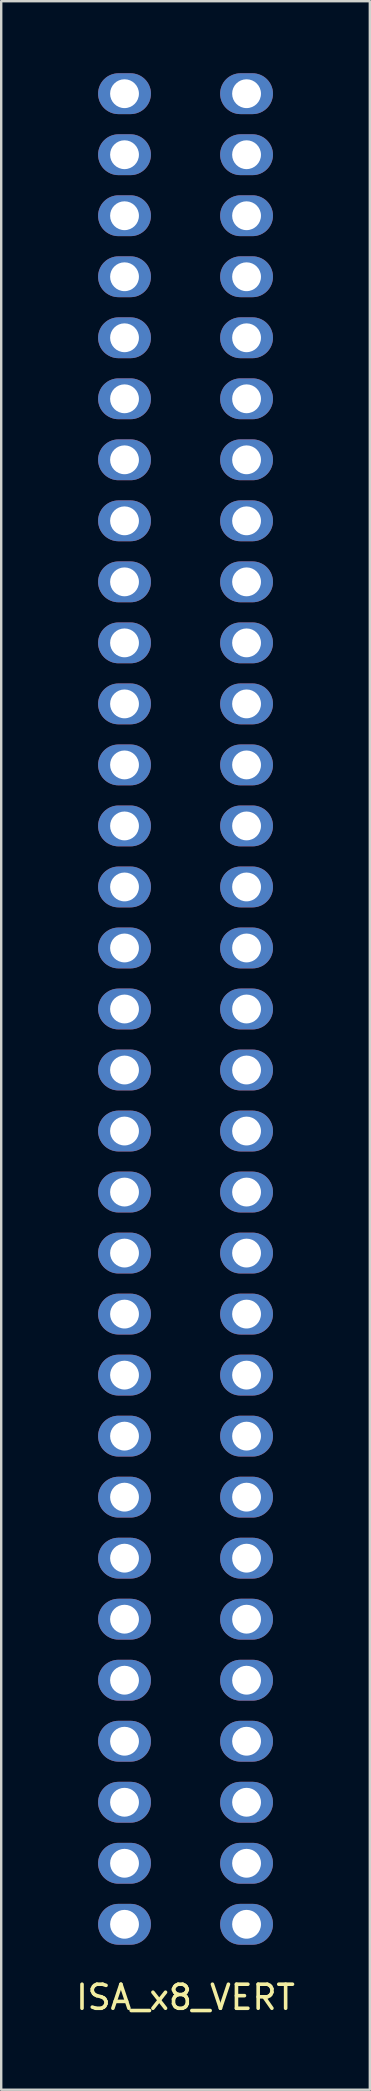
<source format=kicad_pcb>
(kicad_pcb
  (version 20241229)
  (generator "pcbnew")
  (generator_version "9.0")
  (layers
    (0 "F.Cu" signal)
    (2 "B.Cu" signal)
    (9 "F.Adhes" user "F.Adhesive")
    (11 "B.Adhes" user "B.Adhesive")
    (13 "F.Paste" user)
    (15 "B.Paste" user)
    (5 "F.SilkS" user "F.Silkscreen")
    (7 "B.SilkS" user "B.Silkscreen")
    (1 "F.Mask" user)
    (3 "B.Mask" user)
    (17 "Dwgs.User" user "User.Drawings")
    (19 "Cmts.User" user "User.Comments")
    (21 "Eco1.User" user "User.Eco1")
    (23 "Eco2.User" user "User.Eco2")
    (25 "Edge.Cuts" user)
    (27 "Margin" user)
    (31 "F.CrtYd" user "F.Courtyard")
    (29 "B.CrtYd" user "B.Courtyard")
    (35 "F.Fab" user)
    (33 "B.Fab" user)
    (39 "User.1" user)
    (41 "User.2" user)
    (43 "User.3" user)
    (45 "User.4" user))
  (footprint "ISA_x8_VERT"
    (layer "F.Cu")
    (at 4.673 36.41)
    (property "Reference" "ISA_x8_VERT" (at 0 43.68 0) (layer "F.SilkS") (effects (font (size 1 1) (thickness 0.15))))
    (pad "A1" thru_hole oval (at 2.54 -35.56) (size 2.2 1.7) (drill 1.2) (layers "*.Cu" "*.Mask"))
    (pad "A2" thru_hole oval (at 2.54 -33.02) (size 2.2 1.7) (drill 1.2) (layers "*.Cu" "*.Mask"))
    (pad "A3" thru_hole oval (at 2.54 -30.48) (size 2.2 1.7) (drill 1.2) (layers "*.Cu" "*.Mask"))
    (pad "A4" thru_hole oval (at 2.54 -27.94) (size 2.2 1.7) (drill 1.2) (layers "*.Cu" "*.Mask"))
    (pad "A5" thru_hole oval (at 2.54 -25.4) (size 2.2 1.7) (drill 1.2) (layers "*.Cu" "*.Mask"))
    (pad "A6" thru_hole oval (at 2.54 -22.86) (size 2.2 1.7) (drill 1.2) (layers "*.Cu" "*.Mask"))
    (pad "A7" thru_hole oval (at 2.54 -20.32) (size 2.2 1.7) (drill 1.2) (layers "*.Cu" "*.Mask"))
    (pad "A8" thru_hole oval (at 2.54 -17.78) (size 2.2 1.7) (drill 1.2) (layers "*.Cu" "*.Mask"))
    (pad "A9" thru_hole oval (at 2.54 -15.24) (size 2.2 1.7) (drill 1.2) (layers "*.Cu" "*.Mask"))
    (pad "A10" thru_hole oval (at 2.54 -12.7) (size 2.2 1.7) (drill 1.2) (layers "*.Cu" "*.Mask"))
    (pad "A11" thru_hole oval (at 2.54 -10.16) (size 2.2 1.7) (drill 1.2) (layers "*.Cu" "*.Mask"))
    (pad "A12" thru_hole oval (at 2.54 -7.62) (size 2.2 1.7) (drill 1.2) (layers "*.Cu" "*.Mask"))
    (pad "A13" thru_hole oval (at 2.54 -5.08) (size 2.2 1.7) (drill 1.2) (layers "*.Cu" "*.Mask"))
    (pad "A14" thru_hole oval (at 2.54 -2.54) (size 2.2 1.7) (drill 1.2) (layers "*.Cu" "*.Mask"))
    (pad "A15" thru_hole oval (at 2.54 0) (size 2.2 1.7) (drill 1.2) (layers "*.Cu" "*.Mask"))
    (pad "A16" thru_hole oval (at 2.54 2.54) (size 2.2 1.7) (drill 1.2) (layers "*.Cu" "*.Mask"))
    (pad "A17" thru_hole oval (at 2.54 5.08) (size 2.2 1.7) (drill 1.2) (layers "*.Cu" "*.Mask"))
    (pad "A18" thru_hole oval (at 2.54 7.62) (size 2.2 1.7) (drill 1.2) (layers "*.Cu" "*.Mask"))
    (pad "A19" thru_hole oval (at 2.54 10.16) (size 2.2 1.7) (drill 1.2) (layers "*.Cu" "*.Mask"))
    (pad "A20" thru_hole oval (at 2.54 12.7) (size 2.2 1.7) (drill 1.2) (layers "*.Cu" "*.Mask"))
    (pad "A21" thru_hole oval (at 2.54 15.24) (size 2.2 1.7) (drill 1.2) (layers "*.Cu" "*.Mask"))
    (pad "A22" thru_hole oval (at 2.54 17.78) (size 2.2 1.7) (drill 1.2) (layers "*.Cu" "*.Mask"))
    (pad "A23" thru_hole oval (at 2.54 20.32) (size 2.2 1.7) (drill 1.2) (layers "*.Cu" "*.Mask"))
    (pad "A24" thru_hole oval (at 2.54 22.86) (size 2.2 1.7) (drill 1.2) (layers "*.Cu" "*.Mask"))
    (pad "A25" thru_hole oval (at 2.54 25.4) (size 2.2 1.7) (drill 1.2) (layers "*.Cu" "*.Mask"))
    (pad "A26" thru_hole oval (at 2.54 27.94) (size 2.2 1.7) (drill 1.2) (layers "*.Cu" "*.Mask"))
    (pad "A27" thru_hole oval (at 2.54 30.48) (size 2.2 1.7) (drill 1.2) (layers "*.Cu" "*.Mask"))
    (pad "A28" thru_hole oval (at 2.54 33.02) (size 2.2 1.7) (drill 1.2) (layers "*.Cu" "*.Mask"))
    (pad "A29" thru_hole oval (at 2.54 35.56) (size 2.2 1.7) (drill 1.2) (layers "*.Cu" "*.Mask"))
    (pad "A30" thru_hole oval (at 2.54 38.1) (size 2.2 1.7) (drill 1.2) (layers "*.Cu" "*.Mask"))
    (pad "A31" thru_hole oval (at 2.54 40.64) (size 2.2 1.7) (drill 1.2) (layers "*.Cu" "*.Mask"))
    (pad "B1" thru_hole oval (at -2.54 -35.56) (size 2.2 1.7) (drill 1.2) (layers "*.Cu" "*.Mask"))
    (pad "B2" thru_hole oval (at -2.54 -33.02) (size 2.2 1.7) (drill 1.2) (layers "*.Cu" "*.Mask"))
    (pad "B3" thru_hole oval (at -2.54 -30.48) (size 2.2 1.7) (drill 1.2) (layers "*.Cu" "*.Mask"))
    (pad "B4" thru_hole oval (at -2.54 -27.94) (size 2.2 1.7) (drill 1.2) (layers "*.Cu" "*.Mask"))
    (pad "B5" thru_hole oval (at -2.54 -25.4) (size 2.2 1.7) (drill 1.2) (layers "*.Cu" "*.Mask"))
    (pad "B6" thru_hole oval (at -2.54 -22.86) (size 2.2 1.7) (drill 1.2) (layers "*.Cu" "*.Mask"))
    (pad "B7" thru_hole oval (at -2.54 -20.32) (size 2.2 1.7) (drill 1.2) (layers "*.Cu" "*.Mask"))
    (pad "B8" thru_hole oval (at -2.54 -17.78) (size 2.2 1.7) (drill 1.2) (layers "*.Cu" "*.Mask"))
    (pad "B9" thru_hole oval (at -2.54 -15.24) (size 2.2 1.7) (drill 1.2) (layers "*.Cu" "*.Mask"))
    (pad "B10" thru_hole oval (at -2.54 -12.7) (size 2.2 1.7) (drill 1.2) (layers "*.Cu" "*.Mask"))
    (pad "B11" thru_hole oval (at -2.54 -10.16) (size 2.2 1.7) (drill 1.2) (layers "*.Cu" "*.Mask"))
    (pad "B12" thru_hole oval (at -2.54 -7.62) (size 2.2 1.7) (drill 1.2) (layers "*.Cu" "*.Mask"))
    (pad "B13" thru_hole oval (at -2.54 -5.08) (size 2.2 1.7) (drill 1.2) (layers "*.Cu" "*.Mask"))
    (pad "B14" thru_hole oval (at -2.54 -2.54) (size 2.2 1.7) (drill 1.2) (layers "*.Cu" "*.Mask"))
    (pad "B15" thru_hole oval (at -2.54 0) (size 2.2 1.7) (drill 1.2) (layers "*.Cu" "*.Mask"))
    (pad "B16" thru_hole oval (at -2.54 2.54) (size 2.2 1.7) (drill 1.2) (layers "*.Cu" "*.Mask"))
    (pad "B17" thru_hole oval (at -2.54 5.08) (size 2.2 1.7) (drill 1.2) (layers "*.Cu" "*.Mask"))
    (pad "B18" thru_hole oval (at -2.54 7.62) (size 2.2 1.7) (drill 1.2) (layers "*.Cu" "*.Mask"))
    (pad "B19" thru_hole oval (at -2.54 10.16) (size 2.2 1.7) (drill 1.2) (layers "*.Cu" "*.Mask"))
    (pad "B20" thru_hole oval (at -2.54 12.7) (size 2.2 1.7) (drill 1.2) (layers "*.Cu" "*.Mask"))
    (pad "B21" thru_hole oval (at -2.54 15.24) (size 2.2 1.7) (drill 1.2) (layers "*.Cu" "*.Mask"))
    (pad "B22" thru_hole oval (at -2.54 17.78) (size 2.2 1.7) (drill 1.2) (layers "*.Cu" "*.Mask"))
    (pad "B23" thru_hole oval (at -2.54 20.32) (size 2.2 1.7) (drill 1.2) (layers "*.Cu" "*.Mask"))
    (pad "B24" thru_hole oval (at -2.54 22.86) (size 2.2 1.7) (drill 1.2) (layers "*.Cu" "*.Mask"))
    (pad "B25" thru_hole oval (at -2.54 25.4) (size 2.2 1.7) (drill 1.2) (layers "*.Cu" "*.Mask"))
    (pad "B26" thru_hole oval (at -2.54 27.94) (size 2.2 1.7) (drill 1.2) (layers "*.Cu" "*.Mask"))
    (pad "B27" thru_hole oval (at -2.54 30.48) (size 2.2 1.7) (drill 1.2) (layers "*.Cu" "*.Mask"))
    (pad "B28" thru_hole oval (at -2.54 33.02) (size 2.2 1.7) (drill 1.2) (layers "*.Cu" "*.Mask"))
    (pad "B29" thru_hole oval (at -2.54 35.56) (size 2.2 1.7) (drill 1.2) (layers "*.Cu" "*.Mask"))
    (pad "B30" thru_hole oval (at -2.54 38.1) (size 2.2 1.7) (drill 1.2) (layers "*.Cu" "*.Mask"))
    (pad "B31" thru_hole oval (at -2.54 40.64) (size 2.2 1.7) (drill 1.2) (layers "*.Cu" "*.Mask")))
  (gr_rect
    (start -3 -3)
    (end 12.345 83.938)
    (stroke (width 0.1) (type default))
    (fill no)
    (layer "Edge.Cuts")))
</source>
